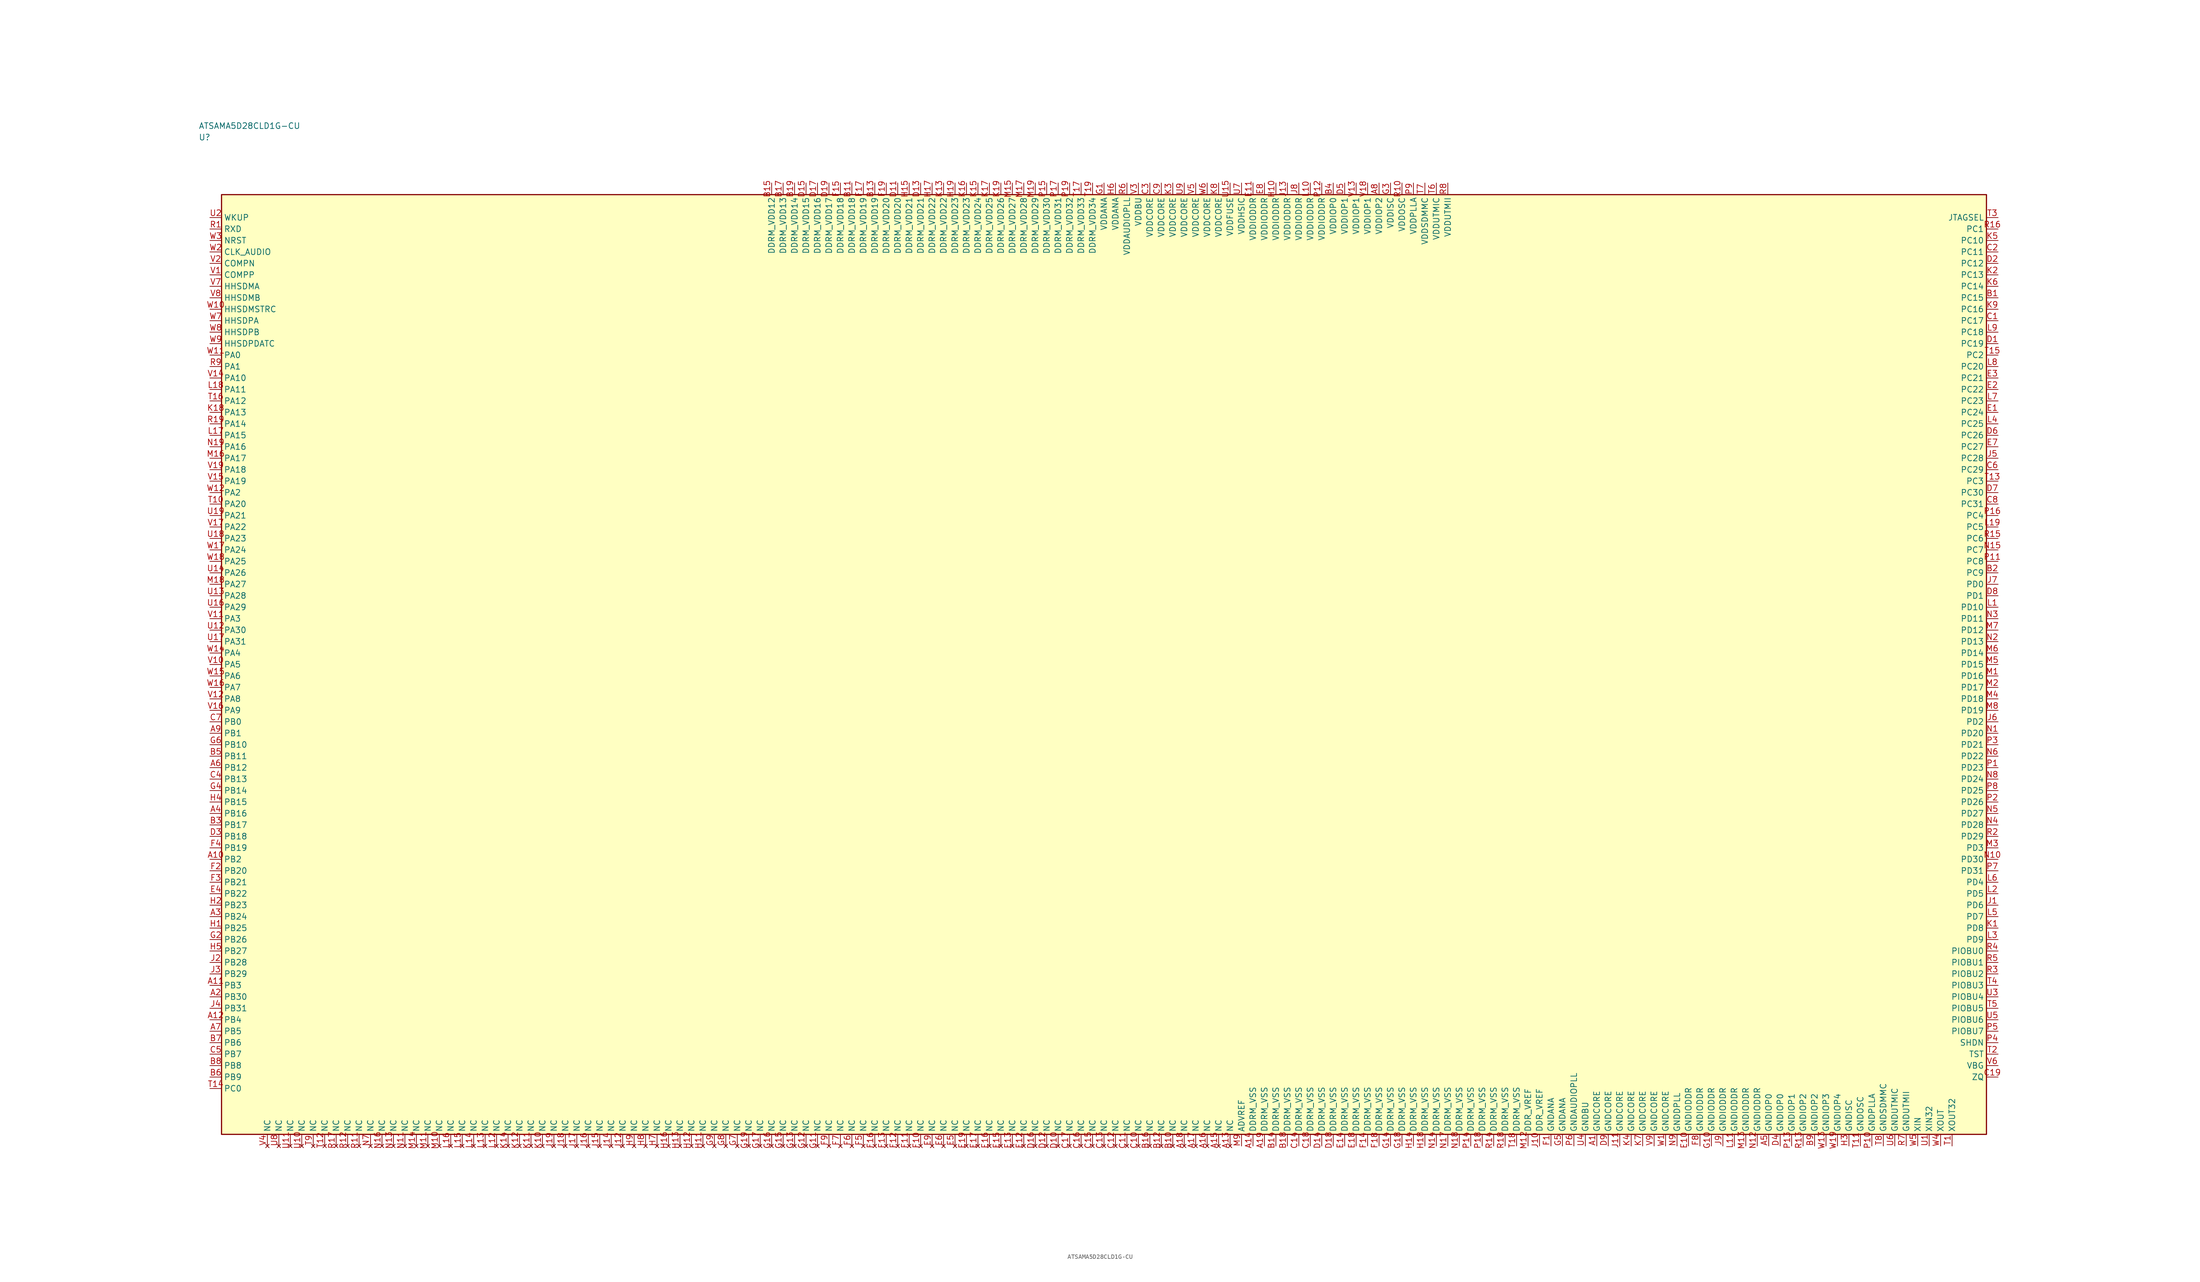
<source format=kicad_sym>
(kicad_symbol_lib
  (version 20241025)
  (generator "kicad_symbol_editor")
  (generator_version "8.0")
  (symbol "ATSAMA5D28CLD1G-CU"
    (property "Reference" "U"
      (at -197.5 115.0 0)
      (effects (font (size 1.27 1.27)) (justify left)))
    (property "Value" "ATSAMA5D28CLD1G-CU"
      (at -197.5 117.5 0)
      (effects (font (size 1.27 1.27)) (justify left)))
    (symbol "ATSAMA5D28CLD1G-CU_0_1"
      (rectangle (start -192.5 102.5) (end 192.5 -102.5) (stroke (width 0.254) (type default)) (fill (type background))))
    (symbol "ATSAMA5D28CLD1G-CU_1_1"
      (pin bidirectional line (at -195.04 67.5 0.0) (length 2.54) (name "PA0" (effects (font (size 1.27 1.27)))) (number "W11" (effects (font (size 1.27 1.27)))))
      (pin bidirectional line (at -195.04 65.0 0.0) (length 2.54) (name "PA1" (effects (font (size 1.27 1.27)))) (number "R9" (effects (font (size 1.27 1.27)))))
      (pin bidirectional line (at -195.04 37.5 0.0) (length 2.54) (name "PA2" (effects (font (size 1.27 1.27)))) (number "W12" (effects (font (size 1.27 1.27)))))
      (pin bidirectional line (at -195.04 10.0 0.0) (length 2.54) (name "PA3" (effects (font (size 1.27 1.27)))) (number "V11" (effects (font (size 1.27 1.27)))))
      (pin bidirectional line (at -195.04 2.5 0.0) (length 2.54) (name "PA4" (effects (font (size 1.27 1.27)))) (number "W14" (effects (font (size 1.27 1.27)))))
      (pin bidirectional line (at -195.04 0.0 0.0) (length 2.54) (name "PA5" (effects (font (size 1.27 1.27)))) (number "V10" (effects (font (size 1.27 1.27)))))
      (pin bidirectional line (at -195.04 -2.5 0.0) (length 2.54) (name "PA6" (effects (font (size 1.27 1.27)))) (number "W15" (effects (font (size 1.27 1.27)))))
      (pin bidirectional line (at -195.04 -5.0 0.0) (length 2.54) (name "PA7" (effects (font (size 1.27 1.27)))) (number "W16" (effects (font (size 1.27 1.27)))))
      (pin bidirectional line (at -195.04 -7.5 0.0) (length 2.54) (name "PA8" (effects (font (size 1.27 1.27)))) (number "V12" (effects (font (size 1.27 1.27)))))
      (pin bidirectional line (at -195.04 -10.0 0.0) (length 2.54) (name "PA9" (effects (font (size 1.27 1.27)))) (number "V16" (effects (font (size 1.27 1.27)))))
      (pin bidirectional line (at -195.04 62.5 0.0) (length 2.54) (name "PA10" (effects (font (size 1.27 1.27)))) (number "V14" (effects (font (size 1.27 1.27)))))
      (pin bidirectional line (at -195.04 60.0 0.0) (length 2.54) (name "PA11" (effects (font (size 1.27 1.27)))) (number "L18" (effects (font (size 1.27 1.27)))))
      (pin bidirectional line (at -195.04 57.5 0.0) (length 2.54) (name "PA12" (effects (font (size 1.27 1.27)))) (number "T16" (effects (font (size 1.27 1.27)))))
      (pin bidirectional line (at -195.04 55.0 0.0) (length 2.54) (name "PA13" (effects (font (size 1.27 1.27)))) (number "K18" (effects (font (size 1.27 1.27)))))
      (pin bidirectional line (at -195.04 52.5 0.0) (length 2.54) (name "PA14" (effects (font (size 1.27 1.27)))) (number "R19" (effects (font (size 1.27 1.27)))))
      (pin bidirectional line (at -195.04 50.0 0.0) (length 2.54) (name "PA15" (effects (font (size 1.27 1.27)))) (number "L17" (effects (font (size 1.27 1.27)))))
      (pin bidirectional line (at -195.04 47.5 0.0) (length 2.54) (name "PA16" (effects (font (size 1.27 1.27)))) (number "N19" (effects (font (size 1.27 1.27)))))
      (pin bidirectional line (at -195.04 45.0 0.0) (length 2.54) (name "PA17" (effects (font (size 1.27 1.27)))) (number "M16" (effects (font (size 1.27 1.27)))))
      (pin bidirectional line (at -195.04 42.5 0.0) (length 2.54) (name "PA18" (effects (font (size 1.27 1.27)))) (number "V19" (effects (font (size 1.27 1.27)))))
      (pin bidirectional line (at -195.04 40.0 0.0) (length 2.54) (name "PA19" (effects (font (size 1.27 1.27)))) (number "V15" (effects (font (size 1.27 1.27)))))
      (pin bidirectional line (at -195.04 35.0 0.0) (length 2.54) (name "PA20" (effects (font (size 1.27 1.27)))) (number "T10" (effects (font (size 1.27 1.27)))))
      (pin bidirectional line (at -195.04 32.5 0.0) (length 2.54) (name "PA21" (effects (font (size 1.27 1.27)))) (number "U19" (effects (font (size 1.27 1.27)))))
      (pin bidirectional line (at -195.04 30.0 0.0) (length 2.54) (name "PA22" (effects (font (size 1.27 1.27)))) (number "V17" (effects (font (size 1.27 1.27)))))
      (pin bidirectional line (at -195.04 27.5 0.0) (length 2.54) (name "PA23" (effects (font (size 1.27 1.27)))) (number "U18" (effects (font (size 1.27 1.27)))))
      (pin bidirectional line (at -195.04 25.0 0.0) (length 2.54) (name "PA24" (effects (font (size 1.27 1.27)))) (number "W17" (effects (font (size 1.27 1.27)))))
      (pin bidirectional line (at -195.04 22.5 0.0) (length 2.54) (name "PA25" (effects (font (size 1.27 1.27)))) (number "W18" (effects (font (size 1.27 1.27)))))
      (pin bidirectional line (at -195.04 20.0 0.0) (length 2.54) (name "PA26" (effects (font (size 1.27 1.27)))) (number "U14" (effects (font (size 1.27 1.27)))))
      (pin bidirectional line (at -195.04 17.5 0.0) (length 2.54) (name "PA27" (effects (font (size 1.27 1.27)))) (number "M18" (effects (font (size 1.27 1.27)))))
      (pin bidirectional line (at -195.04 15.0 0.0) (length 2.54) (name "PA28" (effects (font (size 1.27 1.27)))) (number "U13" (effects (font (size 1.27 1.27)))))
      (pin bidirectional line (at -195.04 12.5 0.0) (length 2.54) (name "PA29" (effects (font (size 1.27 1.27)))) (number "U16" (effects (font (size 1.27 1.27)))))
      (pin bidirectional line (at -195.04 7.5 0.0) (length 2.54) (name "PA30" (effects (font (size 1.27 1.27)))) (number "U12" (effects (font (size 1.27 1.27)))))
      (pin bidirectional line (at -195.04 5.0 0.0) (length 2.54) (name "PA31" (effects (font (size 1.27 1.27)))) (number "U17" (effects (font (size 1.27 1.27)))))
      (pin bidirectional line (at -195.04 -12.5 0.0) (length 2.54) (name "PB0" (effects (font (size 1.27 1.27)))) (number "C7" (effects (font (size 1.27 1.27)))))
      (pin bidirectional line (at -195.04 -15.0 0.0) (length 2.54) (name "PB1" (effects (font (size 1.27 1.27)))) (number "A9" (effects (font (size 1.27 1.27)))))
      (pin bidirectional line (at -195.04 -42.5 0.0) (length 2.54) (name "PB2" (effects (font (size 1.27 1.27)))) (number "A10" (effects (font (size 1.27 1.27)))))
      (pin bidirectional line (at -195.04 -70.0 0.0) (length 2.54) (name "PB3" (effects (font (size 1.27 1.27)))) (number "A11" (effects (font (size 1.27 1.27)))))
      (pin bidirectional line (at -195.04 -77.5 0.0) (length 2.54) (name "PB4" (effects (font (size 1.27 1.27)))) (number "A12" (effects (font (size 1.27 1.27)))))
      (pin bidirectional line (at -195.04 -80.0 0.0) (length 2.54) (name "PB5" (effects (font (size 1.27 1.27)))) (number "A7" (effects (font (size 1.27 1.27)))))
      (pin bidirectional line (at -195.04 -82.5 0.0) (length 2.54) (name "PB6" (effects (font (size 1.27 1.27)))) (number "B7" (effects (font (size 1.27 1.27)))))
      (pin bidirectional line (at -195.04 -85.0 0.0) (length 2.54) (name "PB7" (effects (font (size 1.27 1.27)))) (number "C5" (effects (font (size 1.27 1.27)))))
      (pin bidirectional line (at -195.04 -87.5 0.0) (length 2.54) (name "PB8" (effects (font (size 1.27 1.27)))) (number "B8" (effects (font (size 1.27 1.27)))))
      (pin bidirectional line (at -195.04 -90.0 0.0) (length 2.54) (name "PB9" (effects (font (size 1.27 1.27)))) (number "B6" (effects (font (size 1.27 1.27)))))
      (pin bidirectional line (at -195.04 -17.5 0.0) (length 2.54) (name "PB10" (effects (font (size 1.27 1.27)))) (number "G6" (effects (font (size 1.27 1.27)))))
      (pin bidirectional line (at -195.04 -20.0 0.0) (length 2.54) (name "PB11" (effects (font (size 1.27 1.27)))) (number "B5" (effects (font (size 1.27 1.27)))))
      (pin bidirectional line (at -195.04 -22.5 0.0) (length 2.54) (name "PB12" (effects (font (size 1.27 1.27)))) (number "A6" (effects (font (size 1.27 1.27)))))
      (pin bidirectional line (at -195.04 -25.0 0.0) (length 2.54) (name "PB13" (effects (font (size 1.27 1.27)))) (number "C4" (effects (font (size 1.27 1.27)))))
      (pin bidirectional line (at -195.04 -27.5 0.0) (length 2.54) (name "PB14" (effects (font (size 1.27 1.27)))) (number "G4" (effects (font (size 1.27 1.27)))))
      (pin bidirectional line (at -195.04 -30.0 0.0) (length 2.54) (name "PB15" (effects (font (size 1.27 1.27)))) (number "H4" (effects (font (size 1.27 1.27)))))
      (pin bidirectional line (at -195.04 -32.5 0.0) (length 2.54) (name "PB16" (effects (font (size 1.27 1.27)))) (number "A4" (effects (font (size 1.27 1.27)))))
      (pin bidirectional line (at -195.04 -35.0 0.0) (length 2.54) (name "PB17" (effects (font (size 1.27 1.27)))) (number "B3" (effects (font (size 1.27 1.27)))))
      (pin bidirectional line (at -195.04 -37.5 0.0) (length 2.54) (name "PB18" (effects (font (size 1.27 1.27)))) (number "D3" (effects (font (size 1.27 1.27)))))
      (pin bidirectional line (at -195.04 -40.0 0.0) (length 2.54) (name "PB19" (effects (font (size 1.27 1.27)))) (number "F4" (effects (font (size 1.27 1.27)))))
      (pin bidirectional line (at -195.04 -45.0 0.0) (length 2.54) (name "PB20" (effects (font (size 1.27 1.27)))) (number "F2" (effects (font (size 1.27 1.27)))))
      (pin bidirectional line (at -195.04 -47.5 0.0) (length 2.54) (name "PB21" (effects (font (size 1.27 1.27)))) (number "F3" (effects (font (size 1.27 1.27)))))
      (pin bidirectional line (at -195.04 -50.0 0.0) (length 2.54) (name "PB22" (effects (font (size 1.27 1.27)))) (number "E4" (effects (font (size 1.27 1.27)))))
      (pin bidirectional line (at -195.04 -52.5 0.0) (length 2.54) (name "PB23" (effects (font (size 1.27 1.27)))) (number "H2" (effects (font (size 1.27 1.27)))))
      (pin bidirectional line (at -195.04 -55.0 0.0) (length 2.54) (name "PB24" (effects (font (size 1.27 1.27)))) (number "A3" (effects (font (size 1.27 1.27)))))
      (pin bidirectional line (at -195.04 -57.5 0.0) (length 2.54) (name "PB25" (effects (font (size 1.27 1.27)))) (number "H1" (effects (font (size 1.27 1.27)))))
      (pin bidirectional line (at -195.04 -60.0 0.0) (length 2.54) (name "PB26" (effects (font (size 1.27 1.27)))) (number "G2" (effects (font (size 1.27 1.27)))))
      (pin bidirectional line (at -195.04 -62.5 0.0) (length 2.54) (name "PB27" (effects (font (size 1.27 1.27)))) (number "H5" (effects (font (size 1.27 1.27)))))
      (pin bidirectional line (at -195.04 -65.0 0.0) (length 2.54) (name "PB28" (effects (font (size 1.27 1.27)))) (number "J2" (effects (font (size 1.27 1.27)))))
      (pin bidirectional line (at -195.04 -67.5 0.0) (length 2.54) (name "PB29" (effects (font (size 1.27 1.27)))) (number "J3" (effects (font (size 1.27 1.27)))))
      (pin bidirectional line (at -195.04 -72.5 0.0) (length 2.54) (name "PB30" (effects (font (size 1.27 1.27)))) (number "A2" (effects (font (size 1.27 1.27)))))
      (pin bidirectional line (at -195.04 -75.0 0.0) (length 2.54) (name "PB31" (effects (font (size 1.27 1.27)))) (number "J4" (effects (font (size 1.27 1.27)))))
      (pin bidirectional line (at -195.04 -92.5 0.0) (length 2.54) (name "PC0" (effects (font (size 1.27 1.27)))) (number "T14" (effects (font (size 1.27 1.27)))))
      (pin bidirectional line (at 195.04 95.0 180.0) (length 2.54) (name "PC1" (effects (font (size 1.27 1.27)))) (number "R16" (effects (font (size 1.27 1.27)))))
      (pin bidirectional line (at 195.04 67.5 180.0) (length 2.54) (name "PC2" (effects (font (size 1.27 1.27)))) (number "T15" (effects (font (size 1.27 1.27)))))
      (pin bidirectional line (at 195.04 40.0 180.0) (length 2.54) (name "PC3" (effects (font (size 1.27 1.27)))) (number "T13" (effects (font (size 1.27 1.27)))))
      (pin bidirectional line (at 195.04 32.5 180.0) (length 2.54) (name "PC4" (effects (font (size 1.27 1.27)))) (number "P16" (effects (font (size 1.27 1.27)))))
      (pin bidirectional line (at 195.04 30.0 180.0) (length 2.54) (name "PC5" (effects (font (size 1.27 1.27)))) (number "L19" (effects (font (size 1.27 1.27)))))
      (pin bidirectional line (at 195.04 27.5 180.0) (length 2.54) (name "PC6" (effects (font (size 1.27 1.27)))) (number "R15" (effects (font (size 1.27 1.27)))))
      (pin bidirectional line (at 195.04 25.0 180.0) (length 2.54) (name "PC7" (effects (font (size 1.27 1.27)))) (number "N15" (effects (font (size 1.27 1.27)))))
      (pin bidirectional line (at 195.04 22.5 180.0) (length 2.54) (name "PC8" (effects (font (size 1.27 1.27)))) (number "P11" (effects (font (size 1.27 1.27)))))
      (pin bidirectional line (at 195.04 20.0 180.0) (length 2.54) (name "PC9" (effects (font (size 1.27 1.27)))) (number "B2" (effects (font (size 1.27 1.27)))))
      (pin bidirectional line (at 195.04 92.5 180.0) (length 2.54) (name "PC10" (effects (font (size 1.27 1.27)))) (number "K5" (effects (font (size 1.27 1.27)))))
      (pin bidirectional line (at 195.04 90.0 180.0) (length 2.54) (name "PC11" (effects (font (size 1.27 1.27)))) (number "C2" (effects (font (size 1.27 1.27)))))
      (pin bidirectional line (at 195.04 87.5 180.0) (length 2.54) (name "PC12" (effects (font (size 1.27 1.27)))) (number "D2" (effects (font (size 1.27 1.27)))))
      (pin bidirectional line (at 195.04 85.0 180.0) (length 2.54) (name "PC13" (effects (font (size 1.27 1.27)))) (number "K2" (effects (font (size 1.27 1.27)))))
      (pin bidirectional line (at 195.04 82.5 180.0) (length 2.54) (name "PC14" (effects (font (size 1.27 1.27)))) (number "K6" (effects (font (size 1.27 1.27)))))
      (pin bidirectional line (at 195.04 80.0 180.0) (length 2.54) (name "PC15" (effects (font (size 1.27 1.27)))) (number "B1" (effects (font (size 1.27 1.27)))))
      (pin bidirectional line (at 195.04 77.5 180.0) (length 2.54) (name "PC16" (effects (font (size 1.27 1.27)))) (number "K9" (effects (font (size 1.27 1.27)))))
      (pin bidirectional line (at 195.04 75.0 180.0) (length 2.54) (name "PC17" (effects (font (size 1.27 1.27)))) (number "C1" (effects (font (size 1.27 1.27)))))
      (pin bidirectional line (at 195.04 72.5 180.0) (length 2.54) (name "PC18" (effects (font (size 1.27 1.27)))) (number "L9" (effects (font (size 1.27 1.27)))))
      (pin bidirectional line (at 195.04 70.0 180.0) (length 2.54) (name "PC19" (effects (font (size 1.27 1.27)))) (number "D1" (effects (font (size 1.27 1.27)))))
      (pin bidirectional line (at 195.04 65.0 180.0) (length 2.54) (name "PC20" (effects (font (size 1.27 1.27)))) (number "L8" (effects (font (size 1.27 1.27)))))
      (pin bidirectional line (at 195.04 62.5 180.0) (length 2.54) (name "PC21" (effects (font (size 1.27 1.27)))) (number "E3" (effects (font (size 1.27 1.27)))))
      (pin bidirectional line (at 195.04 60.0 180.0) (length 2.54) (name "PC22" (effects (font (size 1.27 1.27)))) (number "E2" (effects (font (size 1.27 1.27)))))
      (pin bidirectional line (at 195.04 57.5 180.0) (length 2.54) (name "PC23" (effects (font (size 1.27 1.27)))) (number "L7" (effects (font (size 1.27 1.27)))))
      (pin bidirectional line (at 195.04 55.0 180.0) (length 2.54) (name "PC24" (effects (font (size 1.27 1.27)))) (number "E1" (effects (font (size 1.27 1.27)))))
      (pin bidirectional line (at 195.04 52.5 180.0) (length 2.54) (name "PC25" (effects (font (size 1.27 1.27)))) (number "L4" (effects (font (size 1.27 1.27)))))
      (pin bidirectional line (at 195.04 50.0 180.0) (length 2.54) (name "PC26" (effects (font (size 1.27 1.27)))) (number "D6" (effects (font (size 1.27 1.27)))))
      (pin bidirectional line (at 195.04 47.5 180.0) (length 2.54) (name "PC27" (effects (font (size 1.27 1.27)))) (number "E7" (effects (font (size 1.27 1.27)))))
      (pin bidirectional line (at 195.04 45.0 180.0) (length 2.54) (name "PC28" (effects (font (size 1.27 1.27)))) (number "J5" (effects (font (size 1.27 1.27)))))
      (pin bidirectional line (at 195.04 42.5 180.0) (length 2.54) (name "PC29" (effects (font (size 1.27 1.27)))) (number "C6" (effects (font (size 1.27 1.27)))))
      (pin bidirectional line (at 195.04 37.5 180.0) (length 2.54) (name "PC30" (effects (font (size 1.27 1.27)))) (number "D7" (effects (font (size 1.27 1.27)))))
      (pin bidirectional line (at 195.04 35.0 180.0) (length 2.54) (name "PC31" (effects (font (size 1.27 1.27)))) (number "C8" (effects (font (size 1.27 1.27)))))
      (pin bidirectional line (at 195.04 17.5 180.0) (length 2.54) (name "PD0" (effects (font (size 1.27 1.27)))) (number "J7" (effects (font (size 1.27 1.27)))))
      (pin bidirectional line (at 195.04 15.0 180.0) (length 2.54) (name "PD1" (effects (font (size 1.27 1.27)))) (number "D8" (effects (font (size 1.27 1.27)))))
      (pin bidirectional line (at 195.04 -12.5 180.0) (length 2.54) (name "PD2" (effects (font (size 1.27 1.27)))) (number "J6" (effects (font (size 1.27 1.27)))))
      (pin bidirectional line (at 195.04 -40.0 180.0) (length 2.54) (name "PD3" (effects (font (size 1.27 1.27)))) (number "M3" (effects (font (size 1.27 1.27)))))
      (pin bidirectional line (at 195.04 -47.5 180.0) (length 2.54) (name "PD4" (effects (font (size 1.27 1.27)))) (number "L6" (effects (font (size 1.27 1.27)))))
      (pin bidirectional line (at 195.04 -50.0 180.0) (length 2.54) (name "PD5" (effects (font (size 1.27 1.27)))) (number "L2" (effects (font (size 1.27 1.27)))))
      (pin bidirectional line (at 195.04 -52.5 180.0) (length 2.54) (name "PD6" (effects (font (size 1.27 1.27)))) (number "J1" (effects (font (size 1.27 1.27)))))
      (pin bidirectional line (at 195.04 -55.0 180.0) (length 2.54) (name "PD7" (effects (font (size 1.27 1.27)))) (number "L5" (effects (font (size 1.27 1.27)))))
      (pin bidirectional line (at 195.04 -57.5 180.0) (length 2.54) (name "PD8" (effects (font (size 1.27 1.27)))) (number "K1" (effects (font (size 1.27 1.27)))))
      (pin bidirectional line (at 195.04 -60.0 180.0) (length 2.54) (name "PD9" (effects (font (size 1.27 1.27)))) (number "L3" (effects (font (size 1.27 1.27)))))
      (pin bidirectional line (at 195.04 12.5 180.0) (length 2.54) (name "PD10" (effects (font (size 1.27 1.27)))) (number "L1" (effects (font (size 1.27 1.27)))))
      (pin bidirectional line (at 195.04 10.0 180.0) (length 2.54) (name "PD11" (effects (font (size 1.27 1.27)))) (number "N3" (effects (font (size 1.27 1.27)))))
      (pin bidirectional line (at 195.04 7.5 180.0) (length 2.54) (name "PD12" (effects (font (size 1.27 1.27)))) (number "M7" (effects (font (size 1.27 1.27)))))
      (pin bidirectional line (at 195.04 5.0 180.0) (length 2.54) (name "PD13" (effects (font (size 1.27 1.27)))) (number "N2" (effects (font (size 1.27 1.27)))))
      (pin bidirectional line (at 195.04 2.5 180.0) (length 2.54) (name "PD14" (effects (font (size 1.27 1.27)))) (number "M6" (effects (font (size 1.27 1.27)))))
      (pin bidirectional line (at 195.04 0.0 180.0) (length 2.54) (name "PD15" (effects (font (size 1.27 1.27)))) (number "M5" (effects (font (size 1.27 1.27)))))
      (pin bidirectional line (at 195.04 -2.5 180.0) (length 2.54) (name "PD16" (effects (font (size 1.27 1.27)))) (number "M1" (effects (font (size 1.27 1.27)))))
      (pin bidirectional line (at 195.04 -5.0 180.0) (length 2.54) (name "PD17" (effects (font (size 1.27 1.27)))) (number "M2" (effects (font (size 1.27 1.27)))))
      (pin bidirectional line (at 195.04 -7.5 180.0) (length 2.54) (name "PD18" (effects (font (size 1.27 1.27)))) (number "M4" (effects (font (size 1.27 1.27)))))
      (pin bidirectional line (at 195.04 -10.0 180.0) (length 2.54) (name "PD19" (effects (font (size 1.27 1.27)))) (number "M8" (effects (font (size 1.27 1.27)))))
      (pin bidirectional line (at 195.04 -15.0 180.0) (length 2.54) (name "PD20" (effects (font (size 1.27 1.27)))) (number "N1" (effects (font (size 1.27 1.27)))))
      (pin bidirectional line (at 195.04 -17.5 180.0) (length 2.54) (name "PD21" (effects (font (size 1.27 1.27)))) (number "P3" (effects (font (size 1.27 1.27)))))
      (pin bidirectional line (at 195.04 -20.0 180.0) (length 2.54) (name "PD22" (effects (font (size 1.27 1.27)))) (number "N6" (effects (font (size 1.27 1.27)))))
      (pin bidirectional line (at 195.04 -22.5 180.0) (length 2.54) (name "PD23" (effects (font (size 1.27 1.27)))) (number "P1" (effects (font (size 1.27 1.27)))))
      (pin bidirectional line (at 195.04 -25.0 180.0) (length 2.54) (name "PD24" (effects (font (size 1.27 1.27)))) (number "N8" (effects (font (size 1.27 1.27)))))
      (pin bidirectional line (at 195.04 -27.5 180.0) (length 2.54) (name "PD25" (effects (font (size 1.27 1.27)))) (number "P8" (effects (font (size 1.27 1.27)))))
      (pin bidirectional line (at 195.04 -30.0 180.0) (length 2.54) (name "PD26" (effects (font (size 1.27 1.27)))) (number "P2" (effects (font (size 1.27 1.27)))))
      (pin bidirectional line (at 195.04 -32.5 180.0) (length 2.54) (name "PD27" (effects (font (size 1.27 1.27)))) (number "N5" (effects (font (size 1.27 1.27)))))
      (pin bidirectional line (at 195.04 -35.0 180.0) (length 2.54) (name "PD28" (effects (font (size 1.27 1.27)))) (number "N4" (effects (font (size 1.27 1.27)))))
      (pin bidirectional line (at 195.04 -37.5 180.0) (length 2.54) (name "PD29" (effects (font (size 1.27 1.27)))) (number "R2" (effects (font (size 1.27 1.27)))))
      (pin bidirectional line (at 195.04 -42.5 180.0) (length 2.54) (name "PD30" (effects (font (size 1.27 1.27)))) (number "N10" (effects (font (size 1.27 1.27)))))
      (pin bidirectional line (at 195.04 -45.0 180.0) (length 2.54) (name "PD31" (effects (font (size 1.27 1.27)))) (number "P7" (effects (font (size 1.27 1.27)))))
      (pin passive line (at 30.0 -105.04 90.0) (length 2.54) (name "ADVREF" (effects (font (size 1.27 1.27)))) (number "M9" (effects (font (size 1.27 1.27)))))
      (pin power_in line (at 0.0 105.04 270.0) (length 2.54) (name "VDDANA" (effects (font (size 1.27 1.27)))) (number "G1" (effects (font (size 1.27 1.27)))))
      (pin power_in line (at 2.5 105.04 270.0) (length 2.54) (name "VDDANA" (effects (font (size 1.27 1.27)))) (number "H6" (effects (font (size 1.27 1.27)))))
      (pin passive line (at 97.5 -105.04 90.0) (length 2.54) (name "GNDANA" (effects (font (size 1.27 1.27)))) (number "F1" (effects (font (size 1.27 1.27)))))
      (pin passive line (at 100.0 -105.04 90.0) (length 2.54) (name "GNDANA" (effects (font (size 1.27 1.27)))) (number "G5" (effects (font (size 1.27 1.27)))))
      (pin passive line (at 92.5 -105.04 90.0) (length 2.54) (name "DDR_VREF" (effects (font (size 1.27 1.27)))) (number "M12" (effects (font (size 1.27 1.27)))))
      (pin passive line (at 95.0 -105.04 90.0) (length 2.54) (name "DDR_VREF" (effects (font (size 1.27 1.27)))) (number "J10" (effects (font (size 1.27 1.27)))))
      (pin bidirectional line (at 195.04 -90.0 180.0) (length 2.54) (name "ZQ" (effects (font (size 1.27 1.27)))) (number "C19" (effects (font (size 1.27 1.27)))))
      (pin power_in line (at 32.5 105.04 270.0) (length 2.54) (name "VDDIODDR" (effects (font (size 1.27 1.27)))) (number "E11" (effects (font (size 1.27 1.27)))))
      (pin power_in line (at 35.0 105.04 270.0) (length 2.54) (name "VDDIODDR" (effects (font (size 1.27 1.27)))) (number "E8" (effects (font (size 1.27 1.27)))))
      (pin power_in line (at 37.5 105.04 270.0) (length 2.54) (name "VDDIODDR" (effects (font (size 1.27 1.27)))) (number "H10" (effects (font (size 1.27 1.27)))))
      (pin power_in line (at 40.0 105.04 270.0) (length 2.54) (name "VDDIODDR" (effects (font (size 1.27 1.27)))) (number "J13" (effects (font (size 1.27 1.27)))))
      (pin power_in line (at 42.5 105.04 270.0) (length 2.54) (name "VDDIODDR" (effects (font (size 1.27 1.27)))) (number "J8" (effects (font (size 1.27 1.27)))))
      (pin power_in line (at 45.0 105.04 270.0) (length 2.54) (name "VDDIODDR" (effects (font (size 1.27 1.27)))) (number "L10" (effects (font (size 1.27 1.27)))))
      (pin power_in line (at 47.5 105.04 270.0) (length 2.54) (name "VDDIODDR" (effects (font (size 1.27 1.27)))) (number "P12" (effects (font (size 1.27 1.27)))))
      (pin passive line (at 127.5 -105.04 90.0) (length 2.54) (name "GNDIODDR" (effects (font (size 1.27 1.27)))) (number "E10" (effects (font (size 1.27 1.27)))))
      (pin passive line (at 130.0 -105.04 90.0) (length 2.54) (name "GNDIODDR" (effects (font (size 1.27 1.27)))) (number "F8" (effects (font (size 1.27 1.27)))))
      (pin passive line (at 132.5 -105.04 90.0) (length 2.54) (name "GNDIODDR" (effects (font (size 1.27 1.27)))) (number "G10" (effects (font (size 1.27 1.27)))))
      (pin passive line (at 135.0 -105.04 90.0) (length 2.54) (name "GNDIODDR" (effects (font (size 1.27 1.27)))) (number "J9" (effects (font (size 1.27 1.27)))))
      (pin passive line (at 137.5 -105.04 90.0) (length 2.54) (name "GNDIODDR" (effects (font (size 1.27 1.27)))) (number "L11" (effects (font (size 1.27 1.27)))))
      (pin passive line (at 140.0 -105.04 90.0) (length 2.54) (name "GNDIODDR" (effects (font (size 1.27 1.27)))) (number "M13" (effects (font (size 1.27 1.27)))))
      (pin passive line (at 142.5 -105.04 90.0) (length 2.54) (name "GNDIODDR" (effects (font (size 1.27 1.27)))) (number "N12" (effects (font (size 1.27 1.27)))))
      (pin power_in line (at 10.0 105.04 270.0) (length 2.54) (name "VDDCORE" (effects (font (size 1.27 1.27)))) (number "C3" (effects (font (size 1.27 1.27)))))
      (pin power_in line (at 12.5 105.04 270.0) (length 2.54) (name "VDDCORE" (effects (font (size 1.27 1.27)))) (number "C9" (effects (font (size 1.27 1.27)))))
      (pin power_in line (at 15.0 105.04 270.0) (length 2.54) (name "VDDCORE" (effects (font (size 1.27 1.27)))) (number "K3" (effects (font (size 1.27 1.27)))))
      (pin power_in line (at 17.5 105.04 270.0) (length 2.54) (name "VDDCORE" (effects (font (size 1.27 1.27)))) (number "U9" (effects (font (size 1.27 1.27)))))
      (pin power_in line (at 20.0 105.04 270.0) (length 2.54) (name "VDDCORE" (effects (font (size 1.27 1.27)))) (number "V5" (effects (font (size 1.27 1.27)))))
      (pin power_in line (at 22.5 105.04 270.0) (length 2.54) (name "VDDCORE" (effects (font (size 1.27 1.27)))) (number "W6" (effects (font (size 1.27 1.27)))))
      (pin power_in line (at 25.0 105.04 270.0) (length 2.54) (name "VDDCORE" (effects (font (size 1.27 1.27)))) (number "K8" (effects (font (size 1.27 1.27)))))
      (pin passive line (at 107.5 -105.04 90.0) (length 2.54) (name "GNDCORE" (effects (font (size 1.27 1.27)))) (number "A1" (effects (font (size 1.27 1.27)))))
      (pin passive line (at 110.0 -105.04 90.0) (length 2.54) (name "GNDCORE" (effects (font (size 1.27 1.27)))) (number "D9" (effects (font (size 1.27 1.27)))))
      (pin passive line (at 112.5 -105.04 90.0) (length 2.54) (name "GNDCORE" (effects (font (size 1.27 1.27)))) (number "J11" (effects (font (size 1.27 1.27)))))
      (pin passive line (at 115.0 -105.04 90.0) (length 2.54) (name "GNDCORE" (effects (font (size 1.27 1.27)))) (number "K4" (effects (font (size 1.27 1.27)))))
      (pin passive line (at 117.5 -105.04 90.0) (length 2.54) (name "GNDCORE" (effects (font (size 1.27 1.27)))) (number "K7" (effects (font (size 1.27 1.27)))))
      (pin passive line (at 120.0 -105.04 90.0) (length 2.54) (name "GNDCORE" (effects (font (size 1.27 1.27)))) (number "V9" (effects (font (size 1.27 1.27)))))
      (pin passive line (at 122.5 -105.04 90.0) (length 2.54) (name "GNDCORE" (effects (font (size 1.27 1.27)))) (number "W1" (effects (font (size 1.27 1.27)))))
      (pin power_in line (at 50.0 105.04 270.0) (length 2.54) (name "VDDIOP0" (effects (font (size 1.27 1.27)))) (number "B4" (effects (font (size 1.27 1.27)))))
      (pin power_in line (at 52.5 105.04 270.0) (length 2.54) (name "VDDIOP1" (effects (font (size 1.27 1.27)))) (number "D5" (effects (font (size 1.27 1.27)))))
      (pin passive line (at 145.0 -105.04 90.0) (length 2.54) (name "GNDIOP0" (effects (font (size 1.27 1.27)))) (number "A5" (effects (font (size 1.27 1.27)))))
      (pin passive line (at 147.5 -105.04 90.0) (length 2.54) (name "GNDIOP0" (effects (font (size 1.27 1.27)))) (number "D4" (effects (font (size 1.27 1.27)))))
      (pin power_in line (at 55.0 105.04 270.0) (length 2.54) (name "VDDIOP1" (effects (font (size 1.27 1.27)))) (number "V13" (effects (font (size 1.27 1.27)))))
      (pin power_in line (at 57.5 105.04 270.0) (length 2.54) (name "VDDIOP1" (effects (font (size 1.27 1.27)))) (number "V18" (effects (font (size 1.27 1.27)))))
      (pin passive line (at 150.0 -105.04 90.0) (length 2.54) (name "GNDIOP1" (effects (font (size 1.27 1.27)))) (number "P13" (effects (font (size 1.27 1.27)))))
      (pin passive line (at 152.5 -105.04 90.0) (length 2.54) (name "GNDIOP2" (effects (font (size 1.27 1.27)))) (number "R13" (effects (font (size 1.27 1.27)))))
      (pin passive line (at 157.5 -105.04 90.0) (length 2.54) (name "GNDIOP3" (effects (font (size 1.27 1.27)))) (number "W13" (effects (font (size 1.27 1.27)))))
      (pin passive line (at 160.0 -105.04 90.0) (length 2.54) (name "GNDIOP4" (effects (font (size 1.27 1.27)))) (number "W19" (effects (font (size 1.27 1.27)))))
      (pin power_in line (at 60.0 105.04 270.0) (length 2.54) (name "VDDIOP2" (effects (font (size 1.27 1.27)))) (number "A8" (effects (font (size 1.27 1.27)))))
      (pin passive line (at 155.0 -105.04 90.0) (length 2.54) (name "GNDIOP2" (effects (font (size 1.27 1.27)))) (number "B9" (effects (font (size 1.27 1.27)))))
      (pin power_in line (at 70.0 105.04 270.0) (length 2.54) (name "VDDSDMMC" (effects (font (size 1.27 1.27)))) (number "T7" (effects (font (size 1.27 1.27)))))
      (pin passive line (at 170.0 -105.04 90.0) (length 2.54) (name "GNDSDMMC" (effects (font (size 1.27 1.27)))) (number "T8" (effects (font (size 1.27 1.27)))))
      (pin power_in line (at 62.5 105.04 270.0) (length 2.54) (name "VDDISC" (effects (font (size 1.27 1.27)))) (number "G3" (effects (font (size 1.27 1.27)))))
      (pin passive line (at 162.5 -105.04 90.0) (length 2.54) (name "GNDISC" (effects (font (size 1.27 1.27)))) (number "H3" (effects (font (size 1.27 1.27)))))
      (pin power_in line (at 27.5 105.04 270.0) (length 2.54) (name "VDDFUSE" (effects (font (size 1.27 1.27)))) (number "U15" (effects (font (size 1.27 1.27)))))
      (pin power_in line (at 67.5 105.04 270.0) (length 2.54) (name "VDDPLLA" (effects (font (size 1.27 1.27)))) (number "P9" (effects (font (size 1.27 1.27)))))
      (pin passive line (at 167.5 -105.04 90.0) (length 2.54) (name "GNDPLLA" (effects (font (size 1.27 1.27)))) (number "P10" (effects (font (size 1.27 1.27)))))
      (pin power_in line (at 5.0 105.04 270.0) (length 2.54) (name "VDDAUDIOPLL" (effects (font (size 1.27 1.27)))) (number "R6" (effects (font (size 1.27 1.27)))))
      (pin passive line (at 125.0 -105.04 90.0) (length 2.54) (name "GNDDPLL" (effects (font (size 1.27 1.27)))) (number "N9" (effects (font (size 1.27 1.27)))))
      (pin passive line (at 102.5 -105.04 90.0) (length 2.54) (name "GNDAUDIOPLL" (effects (font (size 1.27 1.27)))) (number "P6" (effects (font (size 1.27 1.27)))))
      (pin bidirectional line (at -195.04 90.0 0.0) (length 2.54) (name "CLK_AUDIO" (effects (font (size 1.27 1.27)))) (number "W2" (effects (font (size 1.27 1.27)))))
      (pin passive line (at 177.5 -105.04 90.0) (length 2.54) (name "XIN" (effects (font (size 1.27 1.27)))) (number "W5" (effects (font (size 1.27 1.27)))))
      (pin passive line (at 182.5 -105.04 90.0) (length 2.54) (name "XOUT" (effects (font (size 1.27 1.27)))) (number "W4" (effects (font (size 1.27 1.27)))))
      (pin power_in line (at 65.0 105.04 270.0) (length 2.54) (name "VDDOSC" (effects (font (size 1.27 1.27)))) (number "R10" (effects (font (size 1.27 1.27)))))
      (pin passive line (at 165.0 -105.04 90.0) (length 2.54) (name "GNDOSC" (effects (font (size 1.27 1.27)))) (number "T11" (effects (font (size 1.27 1.27)))))
      (pin power_in line (at 75.0 105.04 270.0) (length 2.54) (name "VDDUTMII" (effects (font (size 1.27 1.27)))) (number "R8" (effects (font (size 1.27 1.27)))))
      (pin power_in line (at 30.0 105.04 270.0) (length 2.54) (name "VDDHSIC" (effects (font (size 1.27 1.27)))) (number "U7" (effects (font (size 1.27 1.27)))))
      (pin passive line (at 175.0 -105.04 90.0) (length 2.54) (name "GNDUTMII" (effects (font (size 1.27 1.27)))) (number "R7" (effects (font (size 1.27 1.27)))))
      (pin bidirectional line (at -195.04 75.0 0.0) (length 2.54) (name "HHSDPA" (effects (font (size 1.27 1.27)))) (number "W7" (effects (font (size 1.27 1.27)))))
      (pin bidirectional line (at -195.04 82.5 0.0) (length 2.54) (name "HHSDMA" (effects (font (size 1.27 1.27)))) (number "V7" (effects (font (size 1.27 1.27)))))
      (pin bidirectional line (at -195.04 72.5 0.0) (length 2.54) (name "HHSDPB" (effects (font (size 1.27 1.27)))) (number "W8" (effects (font (size 1.27 1.27)))))
      (pin bidirectional line (at -195.04 80.0 0.0) (length 2.54) (name "HHSDMB" (effects (font (size 1.27 1.27)))) (number "V8" (effects (font (size 1.27 1.27)))))
      (pin bidirectional line (at -195.04 70.0 0.0) (length 2.54) (name "HHSDPDATC" (effects (font (size 1.27 1.27)))) (number "W9" (effects (font (size 1.27 1.27)))))
      (pin bidirectional line (at -195.04 77.5 0.0) (length 2.54) (name "HHSDMSTRC" (effects (font (size 1.27 1.27)))) (number "W10" (effects (font (size 1.27 1.27)))))
      (pin power_in line (at 72.5 105.04 270.0) (length 2.54) (name "VDDUTMIC" (effects (font (size 1.27 1.27)))) (number "T6" (effects (font (size 1.27 1.27)))))
      (pin passive line (at 172.5 -105.04 90.0) (length 2.54) (name "GNDUTMIC" (effects (font (size 1.27 1.27)))) (number "U6" (effects (font (size 1.27 1.27)))))
      (pin bidirectional line (at 195.04 -87.5 180.0) (length 2.54) (name "VBG" (effects (font (size 1.27 1.27)))) (number "V6" (effects (font (size 1.27 1.27)))))
      (pin bidirectional line (at 195.04 -85.0 180.0) (length 2.54) (name "TST" (effects (font (size 1.27 1.27)))) (number "T2" (effects (font (size 1.27 1.27)))))
      (pin input line (at -195.04 92.5 0.0) (length 2.54) (name "NRST" (effects (font (size 1.27 1.27)))) (number "W3" (effects (font (size 1.27 1.27)))))
      (pin output line (at 195.04 97.5 180.0) (length 2.54) (name "JTAGSEL" (effects (font (size 1.27 1.27)))) (number "T3" (effects (font (size 1.27 1.27)))))
      (pin input line (at -195.04 97.5 0.0) (length 2.54) (name "WKUP" (effects (font (size 1.27 1.27)))) (number "U2" (effects (font (size 1.27 1.27)))))
      (pin input line (at -195.04 95.0 0.0) (length 2.54) (name "RXD" (effects (font (size 1.27 1.27)))) (number "R1" (effects (font (size 1.27 1.27)))))
      (pin bidirectional line (at 195.04 -82.5 180.0) (length 2.54) (name "SHDN" (effects (font (size 1.27 1.27)))) (number "P4" (effects (font (size 1.27 1.27)))))
      (pin bidirectional line (at 195.04 -62.5 180.0) (length 2.54) (name "PIOBU0" (effects (font (size 1.27 1.27)))) (number "R4" (effects (font (size 1.27 1.27)))))
      (pin bidirectional line (at 195.04 -65.0 180.0) (length 2.54) (name "PIOBU1" (effects (font (size 1.27 1.27)))) (number "R5" (effects (font (size 1.27 1.27)))))
      (pin bidirectional line (at 195.04 -67.5 180.0) (length 2.54) (name "PIOBU2" (effects (font (size 1.27 1.27)))) (number "R3" (effects (font (size 1.27 1.27)))))
      (pin bidirectional line (at 195.04 -70.0 180.0) (length 2.54) (name "PIOBU3" (effects (font (size 1.27 1.27)))) (number "T4" (effects (font (size 1.27 1.27)))))
      (pin bidirectional line (at 195.04 -72.5 180.0) (length 2.54) (name "PIOBU4" (effects (font (size 1.27 1.27)))) (number "U3" (effects (font (size 1.27 1.27)))))
      (pin bidirectional line (at 195.04 -75.0 180.0) (length 2.54) (name "PIOBU5" (effects (font (size 1.27 1.27)))) (number "T5" (effects (font (size 1.27 1.27)))))
      (pin bidirectional line (at 195.04 -77.5 180.0) (length 2.54) (name "PIOBU6" (effects (font (size 1.27 1.27)))) (number "U5" (effects (font (size 1.27 1.27)))))
      (pin bidirectional line (at 195.04 -80.0 180.0) (length 2.54) (name "PIOBU7" (effects (font (size 1.27 1.27)))) (number "P5" (effects (font (size 1.27 1.27)))))
      (pin power_in line (at 7.5 105.04 270.0) (length 2.54) (name "VDDBU" (effects (font (size 1.27 1.27)))) (number "V3" (effects (font (size 1.27 1.27)))))
      (pin passive line (at 105.0 -105.04 90.0) (length 2.54) (name "GNDBU" (effects (font (size 1.27 1.27)))) (number "U4" (effects (font (size 1.27 1.27)))))
      (pin passive line (at 180.0 -105.04 90.0) (length 2.54) (name "XIN32" (effects (font (size 1.27 1.27)))) (number "U1" (effects (font (size 1.27 1.27)))))
      (pin passive line (at 185.0 -105.04 90.0) (length 2.54) (name "XOUT32" (effects (font (size 1.27 1.27)))) (number "T1" (effects (font (size 1.27 1.27)))))
      (pin bidirectional line (at -195.04 85.0 0.0) (length 2.54) (name "COMPP" (effects (font (size 1.27 1.27)))) (number "V1" (effects (font (size 1.27 1.27)))))
      (pin bidirectional line (at -195.04 87.5 0.0) (length 2.54) (name "COMPN" (effects (font (size 1.27 1.27)))) (number "V2" (effects (font (size 1.27 1.27)))))
      (pin passive line (at 32.5 -105.04 90.0) (length 2.54) (name "DDRM_VSS" (effects (font (size 1.27 1.27)))) (number "A14" (effects (font (size 1.27 1.27)))))
      (pin passive line (at 35.0 -105.04 90.0) (length 2.54) (name "DDRM_VSS" (effects (font (size 1.27 1.27)))) (number "A19" (effects (font (size 1.27 1.27)))))
      (pin passive line (at 37.5 -105.04 90.0) (length 2.54) (name "DDRM_VSS" (effects (font (size 1.27 1.27)))) (number "B14" (effects (font (size 1.27 1.27)))))
      (pin passive line (at 40.0 -105.04 90.0) (length 2.54) (name "DDRM_VSS" (effects (font (size 1.27 1.27)))) (number "B18" (effects (font (size 1.27 1.27)))))
      (pin passive line (at 42.5 -105.04 90.0) (length 2.54) (name "DDRM_VSS" (effects (font (size 1.27 1.27)))) (number "C14" (effects (font (size 1.27 1.27)))))
      (pin passive line (at 45.0 -105.04 90.0) (length 2.54) (name "DDRM_VSS" (effects (font (size 1.27 1.27)))) (number "C18" (effects (font (size 1.27 1.27)))))
      (pin passive line (at 47.5 -105.04 90.0) (length 2.54) (name "DDRM_VSS" (effects (font (size 1.27 1.27)))) (number "D14" (effects (font (size 1.27 1.27)))))
      (pin passive line (at 50.0 -105.04 90.0) (length 2.54) (name "DDRM_VSS" (effects (font (size 1.27 1.27)))) (number "D18" (effects (font (size 1.27 1.27)))))
      (pin passive line (at 52.5 -105.04 90.0) (length 2.54) (name "DDRM_VSS" (effects (font (size 1.27 1.27)))) (number "E14" (effects (font (size 1.27 1.27)))))
      (pin passive line (at 55.0 -105.04 90.0) (length 2.54) (name "DDRM_VSS" (effects (font (size 1.27 1.27)))) (number "E18" (effects (font (size 1.27 1.27)))))
      (pin passive line (at 57.5 -105.04 90.0) (length 2.54) (name "DDRM_VSS" (effects (font (size 1.27 1.27)))) (number "F14" (effects (font (size 1.27 1.27)))))
      (pin passive line (at 60.0 -105.04 90.0) (length 2.54) (name "DDRM_VSS" (effects (font (size 1.27 1.27)))) (number "F18" (effects (font (size 1.27 1.27)))))
      (pin passive line (at 62.5 -105.04 90.0) (length 2.54) (name "DDRM_VSS" (effects (font (size 1.27 1.27)))) (number "G14" (effects (font (size 1.27 1.27)))))
      (pin passive line (at 65.0 -105.04 90.0) (length 2.54) (name "DDRM_VSS" (effects (font (size 1.27 1.27)))) (number "G18" (effects (font (size 1.27 1.27)))))
      (pin passive line (at 67.5 -105.04 90.0) (length 2.54) (name "DDRM_VSS" (effects (font (size 1.27 1.27)))) (number "H14" (effects (font (size 1.27 1.27)))))
      (pin passive line (at 70.0 -105.04 90.0) (length 2.54) (name "DDRM_VSS" (effects (font (size 1.27 1.27)))) (number "H18" (effects (font (size 1.27 1.27)))))
      (pin passive line (at 72.5 -105.04 90.0) (length 2.54) (name "DDRM_VSS" (effects (font (size 1.27 1.27)))) (number "N14" (effects (font (size 1.27 1.27)))))
      (pin passive line (at 75.0 -105.04 90.0) (length 2.54) (name "DDRM_VSS" (effects (font (size 1.27 1.27)))) (number "N17" (effects (font (size 1.27 1.27)))))
      (pin passive line (at 77.5 -105.04 90.0) (length 2.54) (name "DDRM_VSS" (effects (font (size 1.27 1.27)))) (number "N18" (effects (font (size 1.27 1.27)))))
      (pin passive line (at 80.0 -105.04 90.0) (length 2.54) (name "DDRM_VSS" (effects (font (size 1.27 1.27)))) (number "P14" (effects (font (size 1.27 1.27)))))
      (pin passive line (at 82.5 -105.04 90.0) (length 2.54) (name "DDRM_VSS" (effects (font (size 1.27 1.27)))) (number "P18" (effects (font (size 1.27 1.27)))))
      (pin passive line (at 85.0 -105.04 90.0) (length 2.54) (name "DDRM_VSS" (effects (font (size 1.27 1.27)))) (number "R14" (effects (font (size 1.27 1.27)))))
      (pin passive line (at 87.5 -105.04 90.0) (length 2.54) (name "DDRM_VSS" (effects (font (size 1.27 1.27)))) (number "R18" (effects (font (size 1.27 1.27)))))
      (pin passive line (at 90.0 -105.04 90.0) (length 2.54) (name "DDRM_VSS" (effects (font (size 1.27 1.27)))) (number "T18" (effects (font (size 1.27 1.27)))))
      (pin power_in line (at -72.5 105.04 270.0) (length 2.54) (name "DDRM_VDD12" (effects (font (size 1.27 1.27)))) (number "B15" (effects (font (size 1.27 1.27)))))
      (pin power_in line (at -70.0 105.04 270.0) (length 2.54) (name "DDRM_VDD13" (effects (font (size 1.27 1.27)))) (number "B17" (effects (font (size 1.27 1.27)))))
      (pin power_in line (at -67.5 105.04 270.0) (length 2.54) (name "DDRM_VDD14" (effects (font (size 1.27 1.27)))) (number "B19" (effects (font (size 1.27 1.27)))))
      (pin power_in line (at -65.0 105.04 270.0) (length 2.54) (name "DDRM_VDD15" (effects (font (size 1.27 1.27)))) (number "D15" (effects (font (size 1.27 1.27)))))
      (pin power_in line (at -62.5 105.04 270.0) (length 2.54) (name "DDRM_VDD16" (effects (font (size 1.27 1.27)))) (number "D17" (effects (font (size 1.27 1.27)))))
      (pin power_in line (at -60.0 105.04 270.0) (length 2.54) (name "DDRM_VDD17" (effects (font (size 1.27 1.27)))) (number "D19" (effects (font (size 1.27 1.27)))))
      (pin power_in line (at -57.5 105.04 270.0) (length 2.54) (name "DDRM_VDD18" (effects (font (size 1.27 1.27)))) (number "F15" (effects (font (size 1.27 1.27)))))
      (pin power_in line (at -52.5 105.04 270.0) (length 2.54) (name "DDRM_VDD19" (effects (font (size 1.27 1.27)))) (number "F17" (effects (font (size 1.27 1.27)))))
      (pin power_in line (at -47.5 105.04 270.0) (length 2.54) (name "DDRM_VDD20" (effects (font (size 1.27 1.27)))) (number "F19" (effects (font (size 1.27 1.27)))))
      (pin power_in line (at -42.5 105.04 270.0) (length 2.54) (name "DDRM_VDD21" (effects (font (size 1.27 1.27)))) (number "H15" (effects (font (size 1.27 1.27)))))
      (pin power_in line (at -37.5 105.04 270.0) (length 2.54) (name "DDRM_VDD22" (effects (font (size 1.27 1.27)))) (number "H17" (effects (font (size 1.27 1.27)))))
      (pin power_in line (at -32.5 105.04 270.0) (length 2.54) (name "DDRM_VDD23" (effects (font (size 1.27 1.27)))) (number "H19" (effects (font (size 1.27 1.27)))))
      (pin power_in line (at -27.5 105.04 270.0) (length 2.54) (name "DDRM_VDD24" (effects (font (size 1.27 1.27)))) (number "K15" (effects (font (size 1.27 1.27)))))
      (pin power_in line (at -25.0 105.04 270.0) (length 2.54) (name "DDRM_VDD25" (effects (font (size 1.27 1.27)))) (number "K17" (effects (font (size 1.27 1.27)))))
      (pin power_in line (at -22.5 105.04 270.0) (length 2.54) (name "DDRM_VDD26" (effects (font (size 1.27 1.27)))) (number "K19" (effects (font (size 1.27 1.27)))))
      (pin power_in line (at -20.0 105.04 270.0) (length 2.54) (name "DDRM_VDD27" (effects (font (size 1.27 1.27)))) (number "M15" (effects (font (size 1.27 1.27)))))
      (pin power_in line (at -17.5 105.04 270.0) (length 2.54) (name "DDRM_VDD28" (effects (font (size 1.27 1.27)))) (number "M17" (effects (font (size 1.27 1.27)))))
      (pin power_in line (at -15.0 105.04 270.0) (length 2.54) (name "DDRM_VDD29" (effects (font (size 1.27 1.27)))) (number "M19" (effects (font (size 1.27 1.27)))))
      (pin power_in line (at -12.5 105.04 270.0) (length 2.54) (name "DDRM_VDD30" (effects (font (size 1.27 1.27)))) (number "P15" (effects (font (size 1.27 1.27)))))
      (pin power_in line (at -10.0 105.04 270.0) (length 2.54) (name "DDRM_VDD31" (effects (font (size 1.27 1.27)))) (number "P17" (effects (font (size 1.27 1.27)))))
      (pin power_in line (at -7.5 105.04 270.0) (length 2.54) (name "DDRM_VDD32" (effects (font (size 1.27 1.27)))) (number "P19" (effects (font (size 1.27 1.27)))))
      (pin power_in line (at -5.0 105.04 270.0) (length 2.54) (name "DDRM_VDD33" (effects (font (size 1.27 1.27)))) (number "T17" (effects (font (size 1.27 1.27)))))
      (pin power_in line (at -2.5 105.04 270.0) (length 2.54) (name "DDRM_VDD34" (effects (font (size 1.27 1.27)))) (number "T19" (effects (font (size 1.27 1.27)))))
      (pin power_in line (at -55.0 105.04 270.0) (length 2.54) (name "DDRM_VDD18" (effects (font (size 1.27 1.27)))) (number "B11" (effects (font (size 1.27 1.27)))))
      (pin power_in line (at -50.0 105.04 270.0) (length 2.54) (name "DDRM_VDD19" (effects (font (size 1.27 1.27)))) (number "B13" (effects (font (size 1.27 1.27)))))
      (pin power_in line (at -45.0 105.04 270.0) (length 2.54) (name "DDRM_VDD20" (effects (font (size 1.27 1.27)))) (number "D11" (effects (font (size 1.27 1.27)))))
      (pin power_in line (at -40.0 105.04 270.0) (length 2.54) (name "DDRM_VDD21" (effects (font (size 1.27 1.27)))) (number "D13" (effects (font (size 1.27 1.27)))))
      (pin power_in line (at -35.0 105.04 270.0) (length 2.54) (name "DDRM_VDD22" (effects (font (size 1.27 1.27)))) (number "K13" (effects (font (size 1.27 1.27)))))
      (pin power_in line (at -30.0 105.04 270.0) (length 2.54) (name "DDRM_VDD23" (effects (font (size 1.27 1.27)))) (number "K16" (effects (font (size 1.27 1.27)))))
      (pin no_connect line (at 27.5 -105.04 90.0) (length 2.54) (name "NC" (effects (font (size 1.27 1.27)))) (number "A13" (effects (font (size 1.27 1.27)))))
      (pin no_connect line (at 25.0 -105.04 90.0) (length 2.54) (name "NC" (effects (font (size 1.27 1.27)))) (number "A15" (effects (font (size 1.27 1.27)))))
      (pin no_connect line (at 22.5 -105.04 90.0) (length 2.54) (name "NC" (effects (font (size 1.27 1.27)))) (number "A16" (effects (font (size 1.27 1.27)))))
      (pin no_connect line (at 20.0 -105.04 90.0) (length 2.54) (name "NC" (effects (font (size 1.27 1.27)))) (number "A17" (effects (font (size 1.27 1.27)))))
      (pin no_connect line (at 17.5 -105.04 90.0) (length 2.54) (name "NC" (effects (font (size 1.27 1.27)))) (number "A18" (effects (font (size 1.27 1.27)))))
      (pin no_connect line (at 15.0 -105.04 90.0) (length 2.54) (name "NC" (effects (font (size 1.27 1.27)))) (number "B10" (effects (font (size 1.27 1.27)))))
      (pin no_connect line (at 12.5 -105.04 90.0) (length 2.54) (name "NC" (effects (font (size 1.27 1.27)))) (number "B12" (effects (font (size 1.27 1.27)))))
      (pin no_connect line (at 10.0 -105.04 90.0) (length 2.54) (name "NC" (effects (font (size 1.27 1.27)))) (number "B16" (effects (font (size 1.27 1.27)))))
      (pin no_connect line (at 7.5 -105.04 90.0) (length 2.54) (name "NC" (effects (font (size 1.27 1.27)))) (number "C10" (effects (font (size 1.27 1.27)))))
      (pin no_connect line (at 5.0 -105.04 90.0) (length 2.54) (name "NC" (effects (font (size 1.27 1.27)))) (number "C11" (effects (font (size 1.27 1.27)))))
      (pin no_connect line (at 2.5 -105.04 90.0) (length 2.54) (name "NC" (effects (font (size 1.27 1.27)))) (number "C12" (effects (font (size 1.27 1.27)))))
      (pin no_connect line (at 0.0 -105.04 90.0) (length 2.54) (name "NC" (effects (font (size 1.27 1.27)))) (number "C13" (effects (font (size 1.27 1.27)))))
      (pin no_connect line (at -2.5 -105.04 90.0) (length 2.54) (name "NC" (effects (font (size 1.27 1.27)))) (number "C15" (effects (font (size 1.27 1.27)))))
      (pin no_connect line (at -5.0 -105.04 90.0) (length 2.54) (name "NC" (effects (font (size 1.27 1.27)))) (number "C16" (effects (font (size 1.27 1.27)))))
      (pin no_connect line (at -7.5 -105.04 90.0) (length 2.54) (name "NC" (effects (font (size 1.27 1.27)))) (number "C17" (effects (font (size 1.27 1.27)))))
      (pin no_connect line (at -10.0 -105.04 90.0) (length 2.54) (name "NC" (effects (font (size 1.27 1.27)))) (number "D10" (effects (font (size 1.27 1.27)))))
      (pin no_connect line (at -12.5 -105.04 90.0) (length 2.54) (name "NC" (effects (font (size 1.27 1.27)))) (number "D12" (effects (font (size 1.27 1.27)))))
      (pin no_connect line (at -15.0 -105.04 90.0) (length 2.54) (name "NC" (effects (font (size 1.27 1.27)))) (number "D16" (effects (font (size 1.27 1.27)))))
      (pin no_connect line (at -17.5 -105.04 90.0) (length 2.54) (name "NC" (effects (font (size 1.27 1.27)))) (number "E12" (effects (font (size 1.27 1.27)))))
      (pin no_connect line (at -20.0 -105.04 90.0) (length 2.54) (name "NC" (effects (font (size 1.27 1.27)))) (number "E13" (effects (font (size 1.27 1.27)))))
      (pin no_connect line (at -22.5 -105.04 90.0) (length 2.54) (name "NC" (effects (font (size 1.27 1.27)))) (number "E15" (effects (font (size 1.27 1.27)))))
      (pin no_connect line (at -25.0 -105.04 90.0) (length 2.54) (name "NC" (effects (font (size 1.27 1.27)))) (number "E16" (effects (font (size 1.27 1.27)))))
      (pin no_connect line (at -27.5 -105.04 90.0) (length 2.54) (name "NC" (effects (font (size 1.27 1.27)))) (number "E17" (effects (font (size 1.27 1.27)))))
      (pin no_connect line (at -30.0 -105.04 90.0) (length 2.54) (name "NC" (effects (font (size 1.27 1.27)))) (number "E19" (effects (font (size 1.27 1.27)))))
      (pin no_connect line (at -32.5 -105.04 90.0) (length 2.54) (name "NC" (effects (font (size 1.27 1.27)))) (number "E5" (effects (font (size 1.27 1.27)))))
      (pin no_connect line (at -35.0 -105.04 90.0) (length 2.54) (name "NC" (effects (font (size 1.27 1.27)))) (number "E6" (effects (font (size 1.27 1.27)))))
      (pin no_connect line (at -37.5 -105.04 90.0) (length 2.54) (name "NC" (effects (font (size 1.27 1.27)))) (number "E9" (effects (font (size 1.27 1.27)))))
      (pin no_connect line (at -40.0 -105.04 90.0) (length 2.54) (name "NC" (effects (font (size 1.27 1.27)))) (number "F10" (effects (font (size 1.27 1.27)))))
      (pin no_connect line (at -42.5 -105.04 90.0) (length 2.54) (name "NC" (effects (font (size 1.27 1.27)))) (number "F11" (effects (font (size 1.27 1.27)))))
      (pin no_connect line (at -45.0 -105.04 90.0) (length 2.54) (name "NC" (effects (font (size 1.27 1.27)))) (number "F12" (effects (font (size 1.27 1.27)))))
      (pin no_connect line (at -47.5 -105.04 90.0) (length 2.54) (name "NC" (effects (font (size 1.27 1.27)))) (number "F13" (effects (font (size 1.27 1.27)))))
      (pin no_connect line (at -50.0 -105.04 90.0) (length 2.54) (name "NC" (effects (font (size 1.27 1.27)))) (number "F16" (effects (font (size 1.27 1.27)))))
      (pin no_connect line (at -52.5 -105.04 90.0) (length 2.54) (name "NC" (effects (font (size 1.27 1.27)))) (number "F5" (effects (font (size 1.27 1.27)))))
      (pin no_connect line (at -55.0 -105.04 90.0) (length 2.54) (name "NC" (effects (font (size 1.27 1.27)))) (number "F6" (effects (font (size 1.27 1.27)))))
      (pin no_connect line (at -57.5 -105.04 90.0) (length 2.54) (name "NC" (effects (font (size 1.27 1.27)))) (number "F7" (effects (font (size 1.27 1.27)))))
      (pin no_connect line (at -60.0 -105.04 90.0) (length 2.54) (name "NC" (effects (font (size 1.27 1.27)))) (number "F9" (effects (font (size 1.27 1.27)))))
      (pin no_connect line (at -62.5 -105.04 90.0) (length 2.54) (name "NC" (effects (font (size 1.27 1.27)))) (number "G11" (effects (font (size 1.27 1.27)))))
      (pin no_connect line (at -65.0 -105.04 90.0) (length 2.54) (name "NC" (effects (font (size 1.27 1.27)))) (number "G12" (effects (font (size 1.27 1.27)))))
      (pin no_connect line (at -67.5 -105.04 90.0) (length 2.54) (name "NC" (effects (font (size 1.27 1.27)))) (number "G13" (effects (font (size 1.27 1.27)))))
      (pin no_connect line (at -70.0 -105.04 90.0) (length 2.54) (name "NC" (effects (font (size 1.27 1.27)))) (number "G15" (effects (font (size 1.27 1.27)))))
      (pin no_connect line (at -72.5 -105.04 90.0) (length 2.54) (name "NC" (effects (font (size 1.27 1.27)))) (number "G16" (effects (font (size 1.27 1.27)))))
      (pin no_connect line (at -75.0 -105.04 90.0) (length 2.54) (name "NC" (effects (font (size 1.27 1.27)))) (number "G17" (effects (font (size 1.27 1.27)))))
      (pin no_connect line (at -77.5 -105.04 90.0) (length 2.54) (name "NC" (effects (font (size 1.27 1.27)))) (number "G19" (effects (font (size 1.27 1.27)))))
      (pin no_connect line (at -80.0 -105.04 90.0) (length 2.54) (name "NC" (effects (font (size 1.27 1.27)))) (number "G7" (effects (font (size 1.27 1.27)))))
      (pin no_connect line (at -82.5 -105.04 90.0) (length 2.54) (name "NC" (effects (font (size 1.27 1.27)))) (number "G8" (effects (font (size 1.27 1.27)))))
      (pin no_connect line (at -85.0 -105.04 90.0) (length 2.54) (name "NC" (effects (font (size 1.27 1.27)))) (number "G9" (effects (font (size 1.27 1.27)))))
      (pin no_connect line (at -87.5 -105.04 90.0) (length 2.54) (name "NC" (effects (font (size 1.27 1.27)))) (number "H11" (effects (font (size 1.27 1.27)))))
      (pin no_connect line (at -90.0 -105.04 90.0) (length 2.54) (name "NC" (effects (font (size 1.27 1.27)))) (number "H12" (effects (font (size 1.27 1.27)))))
      (pin no_connect line (at -92.5 -105.04 90.0) (length 2.54) (name "NC" (effects (font (size 1.27 1.27)))) (number "H13" (effects (font (size 1.27 1.27)))))
      (pin no_connect line (at -95.0 -105.04 90.0) (length 2.54) (name "NC" (effects (font (size 1.27 1.27)))) (number "H16" (effects (font (size 1.27 1.27)))))
      (pin no_connect line (at -97.5 -105.04 90.0) (length 2.54) (name "NC" (effects (font (size 1.27 1.27)))) (number "H7" (effects (font (size 1.27 1.27)))))
      (pin no_connect line (at -100.0 -105.04 90.0) (length 2.54) (name "NC" (effects (font (size 1.27 1.27)))) (number "H8" (effects (font (size 1.27 1.27)))))
      (pin no_connect line (at -102.5 -105.04 90.0) (length 2.54) (name "NC" (effects (font (size 1.27 1.27)))) (number "H9" (effects (font (size 1.27 1.27)))))
      (pin no_connect line (at -105.0 -105.04 90.0) (length 2.54) (name "NC" (effects (font (size 1.27 1.27)))) (number "J12" (effects (font (size 1.27 1.27)))))
      (pin no_connect line (at -107.5 -105.04 90.0) (length 2.54) (name "NC" (effects (font (size 1.27 1.27)))) (number "J14" (effects (font (size 1.27 1.27)))))
      (pin no_connect line (at -110.0 -105.04 90.0) (length 2.54) (name "NC" (effects (font (size 1.27 1.27)))) (number "J15" (effects (font (size 1.27 1.27)))))
      (pin no_connect line (at -112.5 -105.04 90.0) (length 2.54) (name "NC" (effects (font (size 1.27 1.27)))) (number "J16" (effects (font (size 1.27 1.27)))))
      (pin no_connect line (at -115.0 -105.04 90.0) (length 2.54) (name "NC" (effects (font (size 1.27 1.27)))) (number "J17" (effects (font (size 1.27 1.27)))))
      (pin no_connect line (at -117.5 -105.04 90.0) (length 2.54) (name "NC" (effects (font (size 1.27 1.27)))) (number "J18" (effects (font (size 1.27 1.27)))))
      (pin no_connect line (at -120.0 -105.04 90.0) (length 2.54) (name "NC" (effects (font (size 1.27 1.27)))) (number "J19" (effects (font (size 1.27 1.27)))))
      (pin no_connect line (at -122.5 -105.04 90.0) (length 2.54) (name "NC" (effects (font (size 1.27 1.27)))) (number "K10" (effects (font (size 1.27 1.27)))))
      (pin no_connect line (at -125.0 -105.04 90.0) (length 2.54) (name "NC" (effects (font (size 1.27 1.27)))) (number "K11" (effects (font (size 1.27 1.27)))))
      (pin no_connect line (at -127.5 -105.04 90.0) (length 2.54) (name "NC" (effects (font (size 1.27 1.27)))) (number "K12" (effects (font (size 1.27 1.27)))))
      (pin no_connect line (at -130.0 -105.04 90.0) (length 2.54) (name "NC" (effects (font (size 1.27 1.27)))) (number "K14" (effects (font (size 1.27 1.27)))))
      (pin no_connect line (at -132.5 -105.04 90.0) (length 2.54) (name "NC" (effects (font (size 1.27 1.27)))) (number "L12" (effects (font (size 1.27 1.27)))))
      (pin no_connect line (at -135.0 -105.04 90.0) (length 2.54) (name "NC" (effects (font (size 1.27 1.27)))) (number "L13" (effects (font (size 1.27 1.27)))))
      (pin no_connect line (at -137.5 -105.04 90.0) (length 2.54) (name "NC" (effects (font (size 1.27 1.27)))) (number "L14" (effects (font (size 1.27 1.27)))))
      (pin no_connect line (at -140.0 -105.04 90.0) (length 2.54) (name "NC" (effects (font (size 1.27 1.27)))) (number "L15" (effects (font (size 1.27 1.27)))))
      (pin no_connect line (at -142.5 -105.04 90.0) (length 2.54) (name "NC" (effects (font (size 1.27 1.27)))) (number "L16" (effects (font (size 1.27 1.27)))))
      (pin no_connect line (at -145.0 -105.04 90.0) (length 2.54) (name "NC" (effects (font (size 1.27 1.27)))) (number "M10" (effects (font (size 1.27 1.27)))))
      (pin no_connect line (at -147.5 -105.04 90.0) (length 2.54) (name "NC" (effects (font (size 1.27 1.27)))) (number "M11" (effects (font (size 1.27 1.27)))))
      (pin no_connect line (at -150.0 -105.04 90.0) (length 2.54) (name "NC" (effects (font (size 1.27 1.27)))) (number "M14" (effects (font (size 1.27 1.27)))))
      (pin no_connect line (at -152.5 -105.04 90.0) (length 2.54) (name "NC" (effects (font (size 1.27 1.27)))) (number "N11" (effects (font (size 1.27 1.27)))))
      (pin no_connect line (at -155.0 -105.04 90.0) (length 2.54) (name "NC" (effects (font (size 1.27 1.27)))) (number "N13" (effects (font (size 1.27 1.27)))))
      (pin no_connect line (at -157.5 -105.04 90.0) (length 2.54) (name "NC" (effects (font (size 1.27 1.27)))) (number "N16" (effects (font (size 1.27 1.27)))))
      (pin no_connect line (at -160.0 -105.04 90.0) (length 2.54) (name "NC" (effects (font (size 1.27 1.27)))) (number "N7" (effects (font (size 1.27 1.27)))))
      (pin no_connect line (at -162.5 -105.04 90.0) (length 2.54) (name "NC" (effects (font (size 1.27 1.27)))) (number "R11" (effects (font (size 1.27 1.27)))))
      (pin no_connect line (at -165.0 -105.04 90.0) (length 2.54) (name "NC" (effects (font (size 1.27 1.27)))) (number "R12" (effects (font (size 1.27 1.27)))))
      (pin no_connect line (at -167.5 -105.04 90.0) (length 2.54) (name "NC" (effects (font (size 1.27 1.27)))) (number "R17" (effects (font (size 1.27 1.27)))))
      (pin no_connect line (at -170.0 -105.04 90.0) (length 2.54) (name "NC" (effects (font (size 1.27 1.27)))) (number "T12" (effects (font (size 1.27 1.27)))))
      (pin no_connect line (at -172.5 -105.04 90.0) (length 2.54) (name "NC" (effects (font (size 1.27 1.27)))) (number "T9" (effects (font (size 1.27 1.27)))))
      (pin no_connect line (at -175.0 -105.04 90.0) (length 2.54) (name "NC" (effects (font (size 1.27 1.27)))) (number "U10" (effects (font (size 1.27 1.27)))))
      (pin no_connect line (at -177.5 -105.04 90.0) (length 2.54) (name "NC" (effects (font (size 1.27 1.27)))) (number "U11" (effects (font (size 1.27 1.27)))))
      (pin no_connect line (at -180.0 -105.04 90.0) (length 2.54) (name "NC" (effects (font (size 1.27 1.27)))) (number "U8" (effects (font (size 1.27 1.27)))))
      (pin no_connect line (at -182.5 -105.04 90.0) (length 2.54) (name "NC" (effects (font (size 1.27 1.27)))) (number "V4" (effects (font (size 1.27 1.27))))))))
</source>
